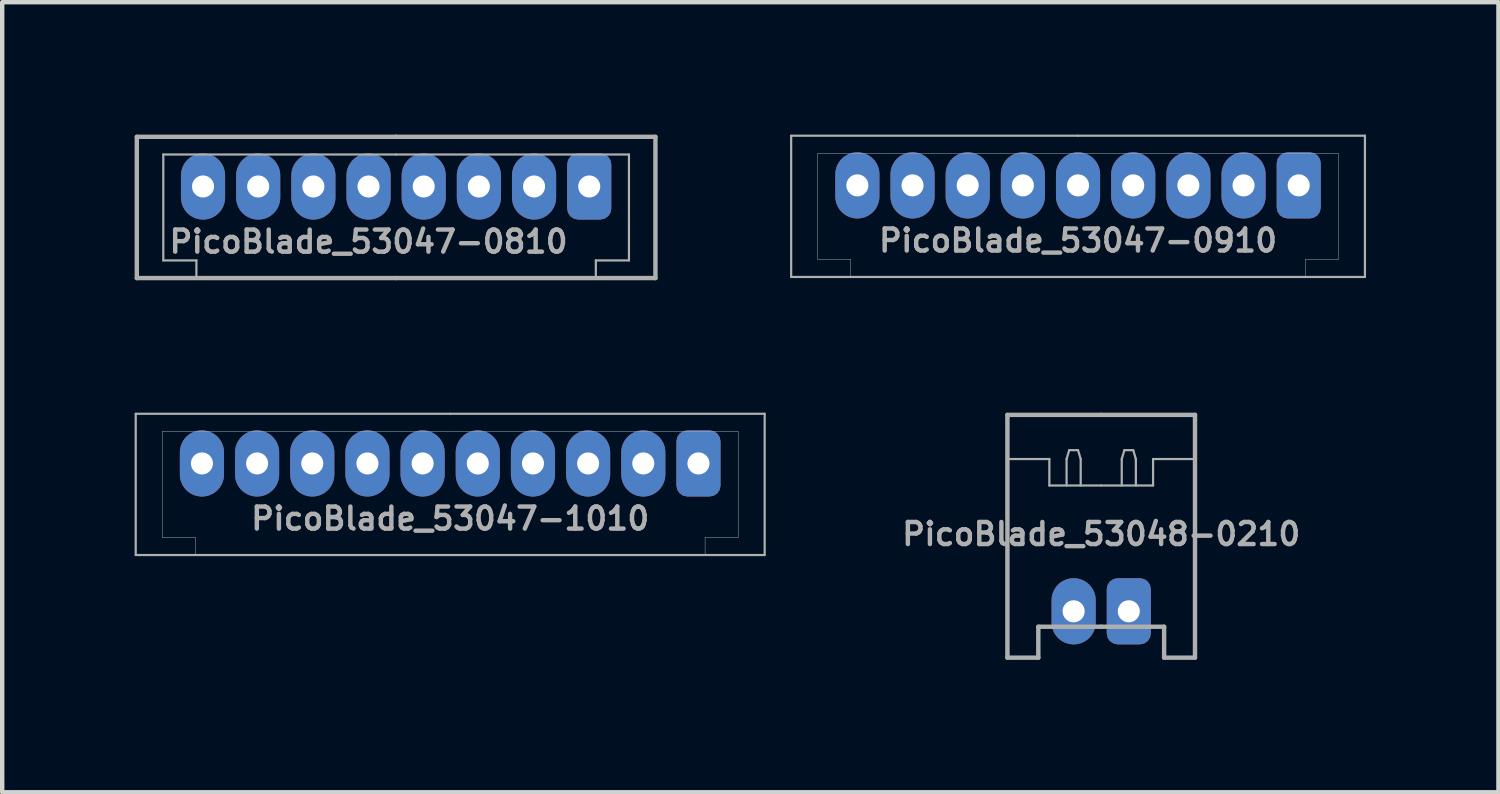
<source format=kicad_pcb>
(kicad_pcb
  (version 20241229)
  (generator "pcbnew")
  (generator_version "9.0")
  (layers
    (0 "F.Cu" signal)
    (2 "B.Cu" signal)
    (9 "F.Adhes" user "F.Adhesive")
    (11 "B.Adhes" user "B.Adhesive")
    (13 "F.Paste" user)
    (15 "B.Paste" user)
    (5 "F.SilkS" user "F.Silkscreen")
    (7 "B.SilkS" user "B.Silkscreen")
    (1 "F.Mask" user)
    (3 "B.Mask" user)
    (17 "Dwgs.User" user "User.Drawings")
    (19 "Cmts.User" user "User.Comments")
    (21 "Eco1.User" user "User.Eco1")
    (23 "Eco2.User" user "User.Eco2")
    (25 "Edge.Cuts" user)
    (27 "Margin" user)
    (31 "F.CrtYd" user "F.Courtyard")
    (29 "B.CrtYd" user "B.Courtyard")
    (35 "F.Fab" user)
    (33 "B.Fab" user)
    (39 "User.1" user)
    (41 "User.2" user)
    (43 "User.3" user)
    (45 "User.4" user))
  (footprint "PicoBlade_53048-0210"
    (layer "F.Cu")
    (at 21.9 10.8)
    (property "Reference" "PicoBlade_53048-0210" (at 0 -1.75 0) (layer "F.Fab") (effects (font (size 0.5 0.5) (thickness 0.1))))
    (attr through_hole)
    (fp_line (start -2.125 -3.45) (end -1.175 -3.45) (stroke (width 0.05) (type solid)) (layer "F.Fab"))
    (fp_line (start -2.125 1.05) (end -2.125 -4.45) (stroke (width 0.1) (type solid)) (layer "F.Fab"))
    (fp_line (start -2.125 1.05) (end -1.425 1.05) (stroke (width 0.1) (type solid)) (layer "F.Fab"))
    (fp_line (start -1.425 1.05) (end -1.425 0.35) (stroke (width 0.1) (type solid)) (layer "F.Fab"))
    (fp_line (start -1.175 -3.45) (end -1.175 -2.85) (stroke (width 0.05) (type solid)) (layer "F.Fab"))
    (fp_line (start -1.175 -2.85) (end 0 -2.85) (stroke (width 0.05) (type solid)) (layer "F.Fab"))
    (fp_line (start -0.785 -3.45) (end -0.725 -3.65) (stroke (width 0.05) (type solid)) (layer "F.Fab"))
    (fp_line (start -0.785 -2.85) (end -0.785 -3.45) (stroke (width 0.05) (type solid)) (layer "F.Fab"))
    (fp_line (start -0.725 -3.65) (end -0.525 -3.65) (stroke (width 0.05) (type solid)) (layer "F.Fab"))
    (fp_line (start -0.525 -3.65) (end -0.465 -3.45) (stroke (width 0.05) (type solid)) (layer "F.Fab"))
    (fp_line (start -0.465 -3.45) (end -0.465 -2.85) (stroke (width 0.05) (type solid)) (layer "F.Fab"))
    (fp_line (start 0 -4.45) (end -2.125 -4.45) (stroke (width 0.1) (type solid)) (layer "F.Fab"))
    (fp_line (start 0 0.35) (end -1.425 0.35) (stroke (width 0.1) (type solid)) (layer "F.Fab"))
    (fp_line (start 0.465 -3.45) (end 0.525 -3.65) (stroke (width 0.05) (type solid)) (layer "F.Fab"))
    (fp_line (start 0.465 -2.85) (end 0.465 -3.45) (stroke (width 0.05) (type solid)) (layer "F.Fab"))
    (fp_line (start 0.525 -3.65) (end 0.725 -3.65) (stroke (width 0.05) (type solid)) (layer "F.Fab"))
    (fp_line (start 0.725 -3.65) (end 0.785 -3.45) (stroke (width 0.05) (type solid)) (layer "F.Fab"))
    (fp_line (start 0.785 -3.45) (end 0.785 -2.85) (stroke (width 0.05) (type solid)) (layer "F.Fab"))
    (fp_line (start 1.175 -3.45) (end 1.175 -2.85) (stroke (width 0.05) (type solid)) (layer "F.Fab"))
    (fp_line (start 1.175 -2.85) (end 0 -2.85) (stroke (width 0.05) (type solid)) (layer "F.Fab"))
    (fp_line (start 1.425 0.35) (end 0 0.35) (stroke (width 0.1) (type solid)) (layer "F.Fab"))
    (fp_line (start 1.425 1.05) (end 1.425 0.35) (stroke (width 0.1) (type solid)) (layer "F.Fab"))
    (fp_line (start 1.425 1.05) (end 2.125 1.05) (stroke (width 0.1) (type solid)) (layer "F.Fab"))
    (fp_line (start 2.125 -4.45) (end 0 -4.45) (stroke (width 0.1) (type solid)) (layer "F.Fab"))
    (fp_line (start 2.125 -3.45) (end 1.175 -3.45) (stroke (width 0.05) (type solid)) (layer "F.Fab"))
    (fp_line (start 2.125 1.05) (end 2.125 -4.45) (stroke (width 0.1) (type solid)) (layer "F.Fab"))
    (pad "1" thru_hole roundrect (at 0.625 0) (size 1 1.5) (drill 0.5) (layers "*.Cu" "*.Mask") (roundrect_rratio 0.25))
    (pad "2" thru_hole oval (at -0.625 0) (size 1 1.5) (drill 0.5) (layers "*.Cu" "*.Mask")))
  (footprint "PicoBlade_53047-1010"
    (layer "F.Cu")
    (at 7.15 7.45)
    (property "Reference" "PicoBlade_53047-1010" (at 0 1.25 0) (layer "F.Fab") (effects (font (size 0.5 0.5) (thickness 0.1))))
    (attr through_hole)
    (fp_line (start -7.125 -1.125) (end 0 -1.125) (stroke (width 0.05) (type solid)) (layer "F.Fab"))
    (fp_line (start -7.125 2.075) (end -7.125 -1.125) (stroke (width 0.05) (type solid)) (layer "F.Fab"))
    (fp_line (start -6.525 1.675) (end -6.525 -0.725) (stroke (width 0.01) (type solid)) (layer "F.Fab"))
    (fp_line (start -6.525 1.675) (end -5.775 1.675) (stroke (width 0.01) (type solid)) (layer "F.Fab"))
    (fp_line (start -5.775 2.075) (end -5.775 1.675) (stroke (width 0.01) (type solid)) (layer "F.Fab"))
    (fp_line (start 0 -1.125) (end 7.125 -1.125) (stroke (width 0.05) (type solid)) (layer "F.Fab"))
    (fp_line (start 0 -0.725) (end -6.525 -0.725) (stroke (width 0.01) (type solid)) (layer "F.Fab"))
    (fp_line (start 0 2.075) (end -7.125 2.075) (stroke (width 0.05) (type solid)) (layer "F.Fab"))
    (fp_line (start 5.775 1.675) (end 6.525 1.675) (stroke (width 0.01) (type solid)) (layer "F.Fab"))
    (fp_line (start 5.775 2.075) (end 5.775 1.675) (stroke (width 0.01) (type solid)) (layer "F.Fab"))
    (fp_line (start 6.525 -0.725) (end 0 -0.725) (stroke (width 0.01) (type solid)) (layer "F.Fab"))
    (fp_line (start 6.525 1.675) (end 6.525 -0.725) (stroke (width 0.01) (type solid)) (layer "F.Fab"))
    (fp_line (start 7.125 -1.125) (end 7.125 2.075) (stroke (width 0.05) (type solid)) (layer "F.Fab"))
    (fp_line (start 7.125 2.075) (end 0 2.075) (stroke (width 0.05) (type solid)) (layer "F.Fab"))
    (pad "1" thru_hole roundrect (at 5.625 0) (size 1 1.5) (drill 0.5) (layers "*.Cu" "*.Mask") (roundrect_rratio 0.25))
    (pad "2" thru_hole oval (at 4.375 0) (size 1 1.5) (drill 0.5) (layers "*.Cu" "*.Mask"))
    (pad "3" thru_hole oval (at 3.125 0) (size 1 1.5) (drill 0.5) (layers "*.Cu" "*.Mask"))
    (pad "4" thru_hole oval (at 1.875 0) (size 1 1.5) (drill 0.5) (layers "*.Cu" "*.Mask"))
    (pad "5" thru_hole oval (at 0.625 0) (size 1 1.5) (drill 0.5) (layers "*.Cu" "*.Mask"))
    (pad "6" thru_hole oval (at -0.625 0) (size 1 1.5) (drill 0.5) (layers "*.Cu" "*.Mask"))
    (pad "7" thru_hole oval (at -1.875 0) (size 1 1.5) (drill 0.5) (layers "*.Cu" "*.Mask"))
    (pad "8" thru_hole oval (at -3.125 0) (size 1 1.5) (drill 0.5) (layers "*.Cu" "*.Mask"))
    (pad "9" thru_hole oval (at -4.375 0) (size 1 1.5) (drill 0.5) (layers "*.Cu" "*.Mask"))
    (pad "10" thru_hole oval (at -5.625 0) (size 1 1.5) (drill 0.5) (layers "*.Cu" "*.Mask")))
  (footprint "PicoBlade_53047-0910"
    (layer "F.Cu")
    (at 21.375 1.15)
    (property "Reference" "PicoBlade_53047-0910" (at 0 1.25 0) (layer "F.Fab") (effects (font (size 0.5 0.5) (thickness 0.1))))
    (attr through_hole)
    (fp_line (start -6.5 -1.125) (end 0 -1.125) (stroke (width 0.05) (type solid)) (layer "F.Fab"))
    (fp_line (start -6.5 2.075) (end -6.5 -1.125) (stroke (width 0.05) (type solid)) (layer "F.Fab"))
    (fp_line (start -5.9 1.675) (end -5.9 -0.725) (stroke (width 0.01) (type solid)) (layer "F.Fab"))
    (fp_line (start -5.9 1.675) (end -5.15 1.675) (stroke (width 0.01) (type solid)) (layer "F.Fab"))
    (fp_line (start -5.15 2.075) (end -5.15 1.675) (stroke (width 0.01) (type solid)) (layer "F.Fab"))
    (fp_line (start 0 -1.125) (end 6.5 -1.125) (stroke (width 0.05) (type solid)) (layer "F.Fab"))
    (fp_line (start 0 -0.725) (end -5.9 -0.725) (stroke (width 0.01) (type solid)) (layer "F.Fab"))
    (fp_line (start 0 2.075) (end -6.5 2.075) (stroke (width 0.05) (type solid)) (layer "F.Fab"))
    (fp_line (start 5.15 1.675) (end 5.9 1.675) (stroke (width 0.01) (type solid)) (layer "F.Fab"))
    (fp_line (start 5.15 2.075) (end 5.15 1.675) (stroke (width 0.01) (type solid)) (layer "F.Fab"))
    (fp_line (start 5.9 -0.725) (end 0 -0.725) (stroke (width 0.01) (type solid)) (layer "F.Fab"))
    (fp_line (start 5.9 1.675) (end 5.9 -0.725) (stroke (width 0.01) (type solid)) (layer "F.Fab"))
    (fp_line (start 6.5 -1.125) (end 6.5 2.075) (stroke (width 0.05) (type solid)) (layer "F.Fab"))
    (fp_line (start 6.5 2.075) (end 0 2.075) (stroke (width 0.05) (type solid)) (layer "F.Fab"))
    (pad "1" thru_hole roundrect (at 5 0) (size 1 1.5) (drill 0.5) (layers "*.Cu" "*.Mask") (roundrect_rratio 0.25))
    (pad "2" thru_hole oval (at 3.75 0) (size 1 1.5) (drill 0.5) (layers "*.Cu" "*.Mask"))
    (pad "3" thru_hole oval (at 2.5 0) (size 1 1.5) (drill 0.5) (layers "*.Cu" "*.Mask"))
    (pad "4" thru_hole oval (at 1.25 0) (size 1 1.5) (drill 0.5) (layers "*.Cu" "*.Mask"))
    (pad "5" thru_hole oval (at 0 0) (size 1 1.5) (drill 0.5) (layers "*.Cu" "*.Mask"))
    (pad "6" thru_hole oval (at -1.25 0) (size 1 1.5) (drill 0.5) (layers "*.Cu" "*.Mask"))
    (pad "7" thru_hole oval (at -2.5 0) (size 1 1.5) (drill 0.5) (layers "*.Cu" "*.Mask"))
    (pad "8" thru_hole oval (at -3.75 0) (size 1 1.5) (drill 0.5) (layers "*.Cu" "*.Mask"))
    (pad "9" thru_hole oval (at -5 0) (size 1 1.5) (drill 0.5) (layers "*.Cu" "*.Mask")))
  (footprint "PicoBlade_53047-0810"
    (layer "F.Cu")
    (at 5.925 1.175)
    (property "Reference" "PicoBlade_53047-0810" (at -0.625 1.25 0) (layer "F.Fab") (effects (font (size 0.5 0.5) (thickness 0.1))))
    (attr through_hole)
    (fp_line (start -5.875 -1.125) (end 0 -1.125) (stroke (width 0.1) (type solid)) (layer "F.Fab"))
    (fp_line (start -5.875 2.075) (end -5.875 -1.125) (stroke (width 0.1) (type solid)) (layer "F.Fab"))
    (fp_line (start -5.275 1.675) (end -5.275 -0.725) (stroke (width 0.05) (type solid)) (layer "F.Fab"))
    (fp_line (start -5.275 1.675) (end -4.525 1.675) (stroke (width 0.05) (type solid)) (layer "F.Fab"))
    (fp_line (start -4.525 2.075) (end -4.525 1.675) (stroke (width 0.05) (type solid)) (layer "F.Fab"))
    (fp_line (start 0 -1.125) (end 5.875 -1.125) (stroke (width 0.1) (type solid)) (layer "F.Fab"))
    (fp_line (start 0 -0.725) (end -5.275 -0.725) (stroke (width 0.05) (type solid)) (layer "F.Fab"))
    (fp_line (start 0 2.075) (end -5.875 2.075) (stroke (width 0.1) (type solid)) (layer "F.Fab"))
    (fp_line (start 4.525 1.675) (end 5.275 1.675) (stroke (width 0.05) (type solid)) (layer "F.Fab"))
    (fp_line (start 4.525 2.075) (end 4.525 1.675) (stroke (width 0.05) (type solid)) (layer "F.Fab"))
    (fp_line (start 5.275 -0.725) (end 0 -0.725) (stroke (width 0.05) (type solid)) (layer "F.Fab"))
    (fp_line (start 5.275 1.675) (end 5.275 -0.725) (stroke (width 0.05) (type solid)) (layer "F.Fab"))
    (fp_line (start 5.875 -1.125) (end 5.875 2.075) (stroke (width 0.1) (type solid)) (layer "F.Fab"))
    (fp_line (start 5.875 2.075) (end 0 2.075) (stroke (width 0.1) (type solid)) (layer "F.Fab"))
    (pad "1" thru_hole roundrect (at 4.375 0) (size 1 1.5) (drill 0.5) (layers "*.Cu" "*.Mask") (roundrect_rratio 0.25))
    (pad "2" thru_hole oval (at 3.125 0) (size 1 1.5) (drill 0.5) (layers "*.Cu" "*.Mask"))
    (pad "3" thru_hole oval (at 1.875 0) (size 1 1.5) (drill 0.5) (layers "*.Cu" "*.Mask"))
    (pad "4" thru_hole oval (at 0.625 0) (size 1 1.5) (drill 0.5) (layers "*.Cu" "*.Mask"))
    (pad "5" thru_hole oval (at -0.625 0) (size 1 1.5) (drill 0.5) (layers "*.Cu" "*.Mask"))
    (pad "6" thru_hole oval (at -1.875 0) (size 1 1.5) (drill 0.5) (layers "*.Cu" "*.Mask"))
    (pad "7" thru_hole oval (at -3.125 0) (size 1 1.5) (drill 0.5) (layers "*.Cu" "*.Mask"))
    (pad "8" thru_hole oval (at -4.375 0) (size 1 1.5) (drill 0.5) (layers "*.Cu" "*.Mask")))
  (gr_rect
    (start -3 -3)
    (end 30.9 14.9)
    (stroke (width 0.1) (type default))
    (fill no)
    (layer "Edge.Cuts")))
</source>
